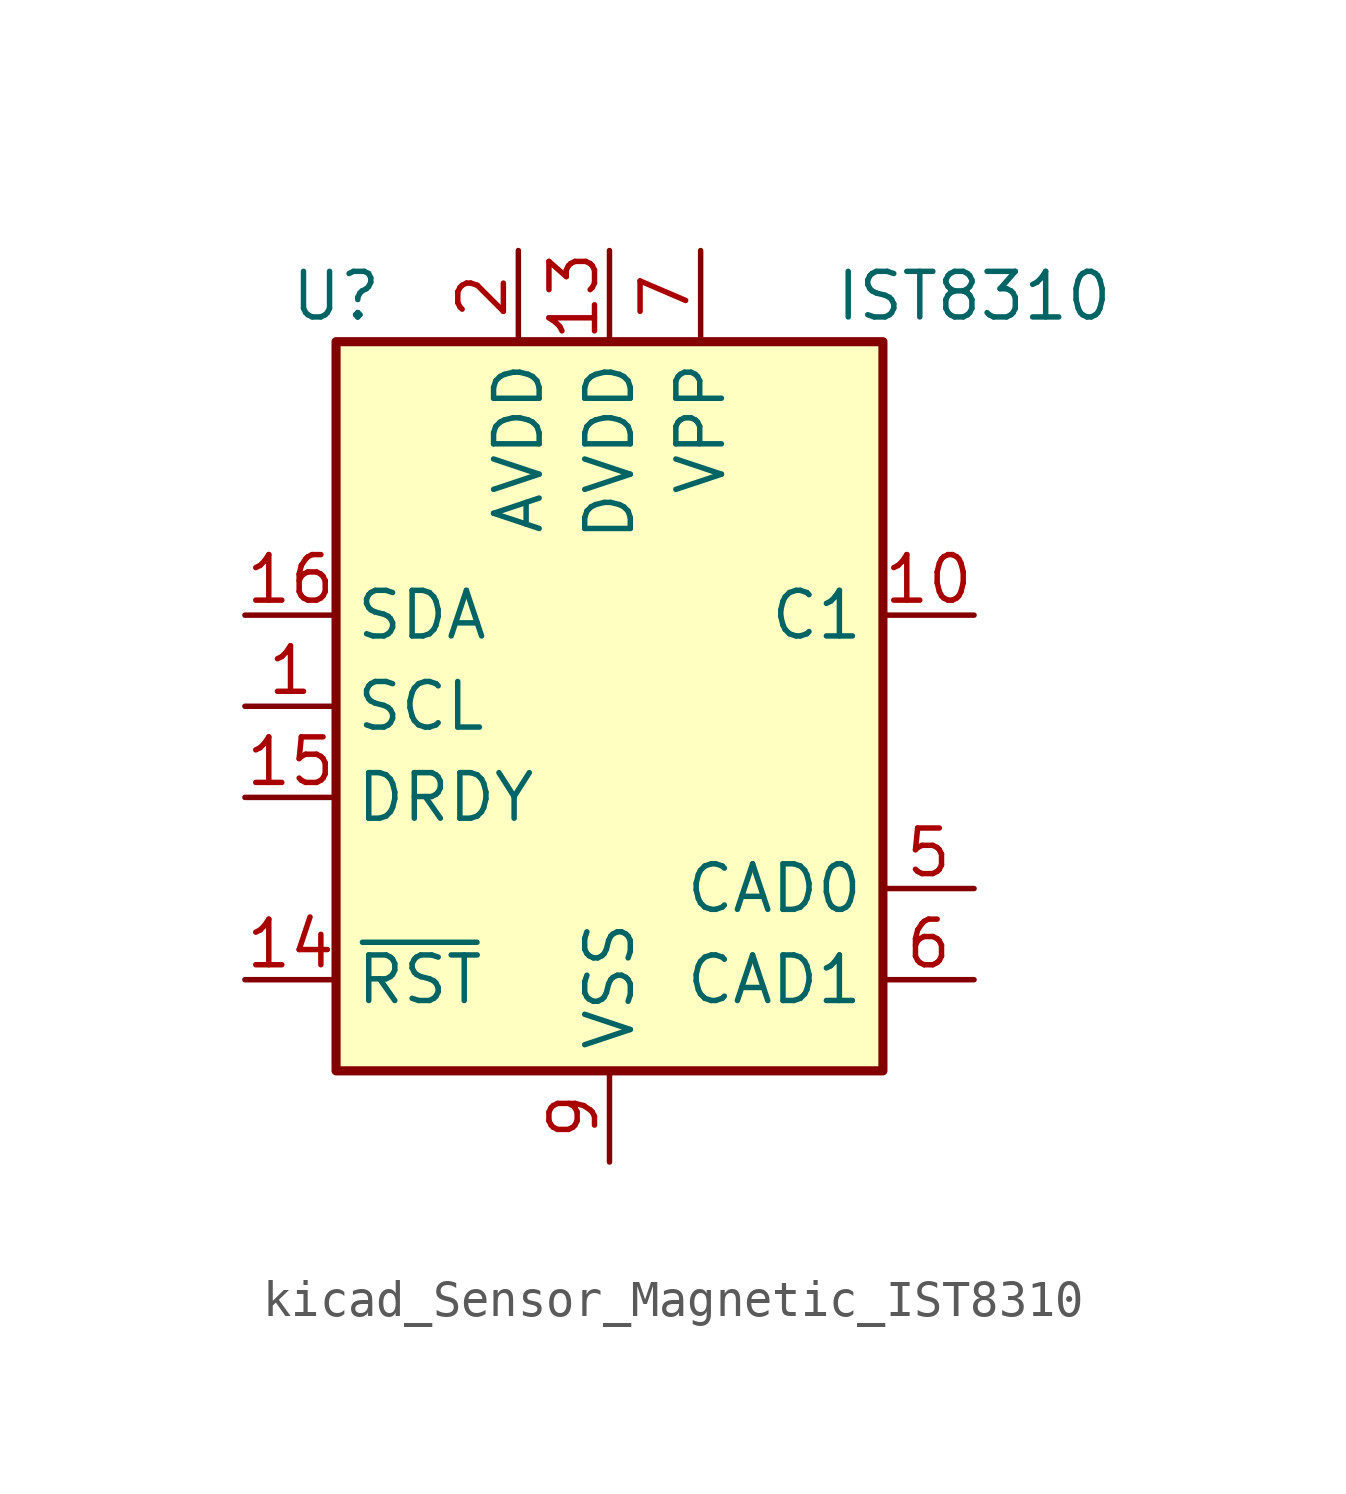
<source format=kicad_sym>
(kicad_symbol_lib
  (version 20220914)
  (generator kicad_symbol_editor)
  (symbol "kicad_Sensor_Magnetic_IST8310"
    (property "Reference" "U"
      (at -7.62 11.43 0)
      (effects (font (size 1.27 1.27))))
    (property "Value" "IST8310"
      (at 10.16 11.43 0)
      (effects (font (size 1.27 1.27))))
    (symbol "kicad_Sensor_Magnetic_IST8310_0_1"
      (rectangle (start -7.62 10.16) (end 7.62 -10.16) (stroke (width 0.254) (type default)) (fill (type background))))
    (symbol "kicad_Sensor_Magnetic_IST8310_1_1"
      (pin input line (at -10.16 0 0) (length 2.54) (name "SCL" (effects (font (size 1.27 1.27)))) (number "1" (effects (font (size 1.27 1.27)))))
      (pin passive line (at 10.16 2.54 180) (length 2.54) (name "C1" (effects (font (size 1.27 1.27)))) (number "10" (effects (font (size 1.27 1.27)))))
      (pin passive line (at 0 -12.7 90) (length 2.54) hide (name "VSS" (effects (font (size 1.27 1.27)))) (number "11" (effects (font (size 1.27 1.27)))))
      (pin no_connect line (at 7.62 7.62 180) (length 2.54) hide (name "NC" (effects (font (size 1.27 1.27)))) (number "12" (effects (font (size 1.27 1.27)))))
      (pin power_in line (at 0 12.7 270) (length 2.54) (name "DVDD" (effects (font (size 1.27 1.27)))) (number "13" (effects (font (size 1.27 1.27)))))
      (pin input line (at -10.16 -7.62 0) (length 2.54) (name "~{RST}" (effects (font (size 1.27 1.27)))) (number "14" (effects (font (size 1.27 1.27)))))
      (pin output line (at -10.16 -2.54 0) (length 2.54) (name "DRDY" (effects (font (size 1.27 1.27)))) (number "15" (effects (font (size 1.27 1.27)))))
      (pin bidirectional line (at -10.16 2.54 0) (length 2.54) (name "SDA" (effects (font (size 1.27 1.27)))) (number "16" (effects (font (size 1.27 1.27)))))
      (pin power_in line (at -2.54 12.7 270) (length 2.54) (name "AVDD" (effects (font (size 1.27 1.27)))) (number "2" (effects (font (size 1.27 1.27)))))
      (pin no_connect line (at -7.62 7.62 0) (length 2.54) hide (name "NC" (effects (font (size 1.27 1.27)))) (number "3" (effects (font (size 1.27 1.27)))))
      (pin no_connect line (at -7.62 5.08 0) (length 2.54) hide (name "NC" (effects (font (size 1.27 1.27)))) (number "4" (effects (font (size 1.27 1.27)))))
      (pin input line (at 10.16 -5.08 180) (length 2.54) (name "CAD0" (effects (font (size 1.27 1.27)))) (number "5" (effects (font (size 1.27 1.27)))))
      (pin input line (at 10.16 -7.62 180) (length 2.54) (name "CAD1" (effects (font (size 1.27 1.27)))) (number "6" (effects (font (size 1.27 1.27)))))
      (pin passive line (at 2.54 12.7 270) (length 2.54) (name "VPP" (effects (font (size 1.27 1.27)))) (number "7" (effects (font (size 1.27 1.27)))))
      (pin no_connect line (at 7.62 5.08 180) (length 2.54) hide (name "NC" (effects (font (size 1.27 1.27)))) (number "8" (effects (font (size 1.27 1.27)))))
      (pin power_in line (at 0 -12.7 90) (length 2.54) (name "VSS" (effects (font (size 1.27 1.27)))) (number "9" (effects (font (size 1.27 1.27))))))))
</source>
